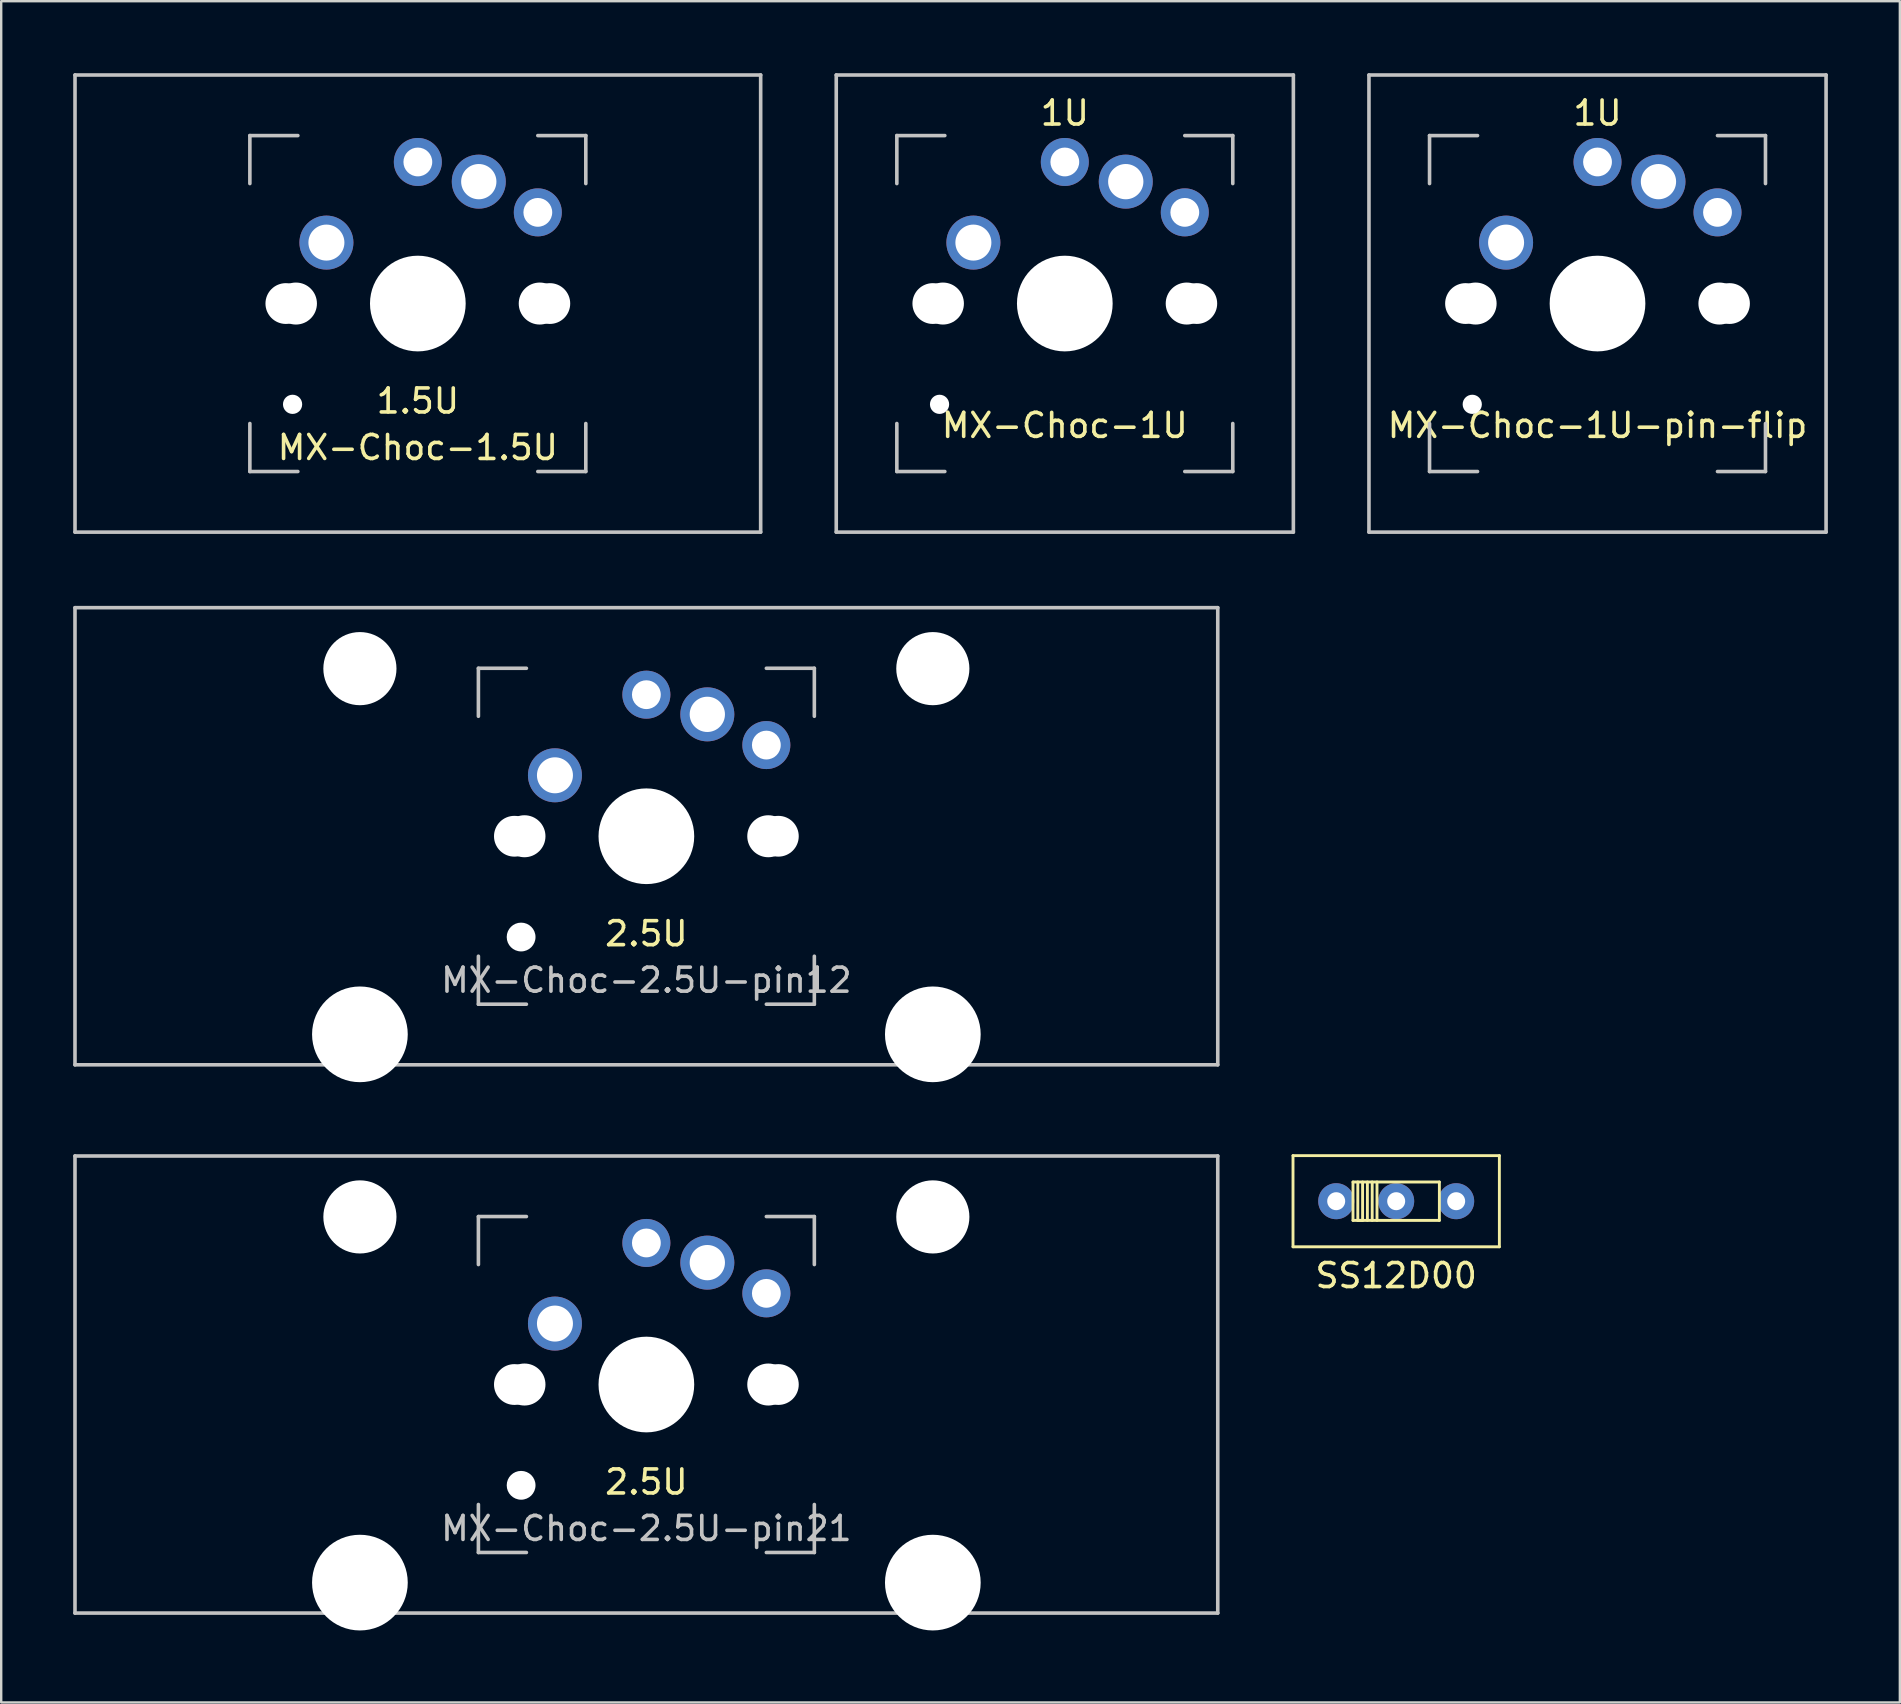
<source format=kicad_pcb>
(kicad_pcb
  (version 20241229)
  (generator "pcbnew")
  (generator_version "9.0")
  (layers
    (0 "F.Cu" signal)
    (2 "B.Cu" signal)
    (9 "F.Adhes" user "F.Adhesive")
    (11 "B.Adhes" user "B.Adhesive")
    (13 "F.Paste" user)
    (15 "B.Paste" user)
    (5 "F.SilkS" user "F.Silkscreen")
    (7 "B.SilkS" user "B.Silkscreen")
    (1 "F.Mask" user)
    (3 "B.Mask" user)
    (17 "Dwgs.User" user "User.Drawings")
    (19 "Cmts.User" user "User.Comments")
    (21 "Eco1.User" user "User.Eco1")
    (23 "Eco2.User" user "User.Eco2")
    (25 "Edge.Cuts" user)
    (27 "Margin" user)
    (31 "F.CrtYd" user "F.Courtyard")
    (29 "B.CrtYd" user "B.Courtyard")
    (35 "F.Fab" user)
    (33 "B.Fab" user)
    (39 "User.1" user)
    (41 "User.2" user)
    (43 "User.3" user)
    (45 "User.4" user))
  (footprint "SS12D00"
    (layer "F.Cu")
    (at 55.135 47.009)
    (property "Reference" "SS12D00" (at 0 3.1 0) (layer "F.SilkS") (effects (font (size 1 1) (thickness 0.15))))
    (attr through_hole)
    (fp_line (start -4.3 -1.9) (end -4.3 1.9) (stroke (width 0.12) (type solid)) (layer "F.SilkS"))
    (fp_line (start -4.3 1.9) (end 4.3 1.9) (stroke (width 0.12) (type solid)) (layer "F.SilkS"))
    (fp_line (start -1.8 -0.8) (end -1.8 0.8) (stroke (width 0.12) (type solid)) (layer "F.SilkS"))
    (fp_line (start -1.8 0.8) (end 1.8 0.8) (stroke (width 0.12) (type solid)) (layer "F.SilkS"))
    (fp_line (start -1.6 -0.8) (end -1.6 0.8) (stroke (width 0.12) (type solid)) (layer "F.SilkS"))
    (fp_line (start -1.6 0.8) (end -1.4 0.8) (stroke (width 0.12) (type solid)) (layer "F.SilkS"))
    (fp_line (start -1.4 0.8) (end -1.4 -0.8) (stroke (width 0.12) (type solid)) (layer "F.SilkS"))
    (fp_line (start -1.2 0.8) (end -1.2 -0.8) (stroke (width 0.12) (type solid)) (layer "F.SilkS"))
    (fp_line (start -1 0.8) (end -1 -0.8) (stroke (width 0.12) (type solid)) (layer "F.SilkS"))
    (fp_line (start -0.8 0.8) (end -0.8 -0.8) (stroke (width 0.12) (type solid)) (layer "F.SilkS"))
    (fp_line (start 1.8 -0.8) (end -1.8 -0.8) (stroke (width 0.12) (type solid)) (layer "F.SilkS"))
    (fp_line (start 1.8 0.8) (end 1.8 -0.8) (stroke (width 0.12) (type solid)) (layer "F.SilkS"))
    (fp_line (start 4.3 -1.9) (end -4.3 -1.9) (stroke (width 0.12) (type solid)) (layer "F.SilkS"))
    (fp_line (start 4.3 1.9) (end 4.3 -1.9) (stroke (width 0.12) (type solid)) (layer "F.SilkS"))
    (pad "1" thru_hole circle (at -2.5 0) (size 1.5 1.5) (drill 0.75) (layers "*.Cu" "*.Mask"))
    (pad "2" thru_hole circle (at 0 0) (size 1.5 1.5) (drill 0.75) (layers "*.Cu" "*.Mask"))
    (pad "3" thru_hole circle (at 2.5 0) (size 1.5 1.5) (drill 0.75) (layers "*.Cu" "*.Mask")))
  (footprint "MX-Choc-1.5U"
    (layer "F.Cu")
    (at 14.363 9.6)
    (property "Reference" "MX-Choc-1.5U" (at 0 6 0) (layer "F.SilkS") (effects (font (size 1 1) (thickness 0.15))))
    (property "Value" "1.5U" (at 0 4.062 0) (layer "B.SilkS") (hide yes) (effects (font (size 1 1) (thickness 0.15)) (justify mirror)))
    (attr through_hole)
    (fp_line (start -14.287 -9.525) (end 14.287 -9.525) (stroke (width 0.15) (type solid)) (layer "Dwgs.User"))
    (fp_line (start -14.287 9.525) (end -14.287 -9.525) (stroke (width 0.15) (type solid)) (layer "Dwgs.User"))
    (fp_line (start -7 -7) (end -7 -5) (stroke (width 0.15) (type solid)) (layer "Dwgs.User"))
    (fp_line (start -7 5) (end -7 7) (stroke (width 0.15) (type solid)) (layer "Dwgs.User"))
    (fp_line (start -7 7) (end -5 7) (stroke (width 0.15) (type solid)) (layer "Dwgs.User"))
    (fp_line (start -5 -7) (end -7 -7) (stroke (width 0.15) (type solid)) (layer "Dwgs.User"))
    (fp_line (start 5 -7) (end 7 -7) (stroke (width 0.15) (type solid)) (layer "Dwgs.User"))
    (fp_line (start 5 7) (end 7 7) (stroke (width 0.15) (type solid)) (layer "Dwgs.User"))
    (fp_line (start 7 -7) (end 7 -5) (stroke (width 0.15) (type solid)) (layer "Dwgs.User"))
    (fp_line (start 7 7) (end 7 5) (stroke (width 0.15) (type solid)) (layer "Dwgs.User"))
    (fp_line (start 14.287 -9.525) (end 14.287 9.525) (stroke (width 0.15) (type solid)) (layer "Dwgs.User"))
    (fp_line (start 14.287 9.525) (end -14.287 9.525) (stroke (width 0.15) (type solid)) (layer "Dwgs.User"))
    (fp_text user "${VALUE}" (at 0 4.062 0) (layer "F.SilkS") (effects (font (size 1 1) (thickness 0.15))))
    (pad "" np_thru_hole circle (at -5.5 0 48.1) (size 1.7 1.7) (drill 1.7) (layers "*.Cu" "*.Mask"))
    (pad "" np_thru_hole circle (at -5.22 4.2 48.1) (size 0.8 0.8) (drill 0.8) (layers "*.Cu" "*.Mask"))
    (pad "" np_thru_hole circle (at -5.08 0 48.1) (size 1.75 1.75) (drill 1.75) (layers "*.Cu" "*.Mask"))
    (pad "" np_thru_hole circle (at 0 0) (size 3.988 3.988) (drill 3.988) (layers "*.Cu" "*.Mask"))
    (pad "" np_thru_hole circle (at 5.08 0 48.1) (size 1.75 1.75) (drill 1.75) (layers "*.Cu" "*.Mask"))
    (pad "" np_thru_hole circle (at 5.5 0 48.1) (size 1.7 1.7) (drill 1.7) (layers "*.Cu" "*.Mask"))
    (pad "1" thru_hole circle (at 2.54 -5.08) (size 2.25 2.25) (drill 1.47) (layers "*.Cu" "*.Mask"))
    (pad "1" thru_hole circle (at 5 -3.8) (size 2 2) (drill 1.2) (layers "*.Cu" "*.Mask"))
    (pad "2" thru_hole circle (at -3.81 -2.54 48.1) (size 2.25 2.25) (drill 1.5) (layers "*.Cu" "*.Mask"))
    (pad "2" thru_hole circle (at 0 -5.9) (size 2 2) (drill 1.2) (layers "*.Cu" "*.Mask")))
  (footprint "MX-Choc-1U-pin-flip"
    (layer "F.Cu")
    (at 63.525 9.6)
    (property "Reference" "MX-Choc-1U-pin-flip" (at 0 5.08 0) (layer "F.SilkS") (effects (font (size 1 1) (thickness 0.15))))
    (property "Value" "1U" (at 0 -7.938 0) (layer "B.SilkS") (hide yes) (effects (font (size 1 1) (thickness 0.15)) (justify mirror)))
    (attr through_hole)
    (fp_line (start -9.525 -9.525) (end 9.525 -9.525) (stroke (width 0.15) (type solid)) (layer "Dwgs.User"))
    (fp_line (start -9.525 9.525) (end -9.525 -9.525) (stroke (width 0.15) (type solid)) (layer "Dwgs.User"))
    (fp_line (start -7 -7) (end -7 -5) (stroke (width 0.15) (type solid)) (layer "Dwgs.User"))
    (fp_line (start -7 5) (end -7 7) (stroke (width 0.15) (type solid)) (layer "Dwgs.User"))
    (fp_line (start -7 7) (end -5 7) (stroke (width 0.15) (type solid)) (layer "Dwgs.User"))
    (fp_line (start -5 -7) (end -7 -7) (stroke (width 0.15) (type solid)) (layer "Dwgs.User"))
    (fp_line (start 5 -7) (end 7 -7) (stroke (width 0.15) (type solid)) (layer "Dwgs.User"))
    (fp_line (start 5 7) (end 7 7) (stroke (width 0.15) (type solid)) (layer "Dwgs.User"))
    (fp_line (start 7 -7) (end 7 -5) (stroke (width 0.15) (type solid)) (layer "Dwgs.User"))
    (fp_line (start 7 7) (end 7 5) (stroke (width 0.15) (type solid)) (layer "Dwgs.User"))
    (fp_line (start 9.525 -9.525) (end 9.525 9.525) (stroke (width 0.15) (type solid)) (layer "Dwgs.User"))
    (fp_line (start 9.525 9.525) (end -9.525 9.525) (stroke (width 0.15) (type solid)) (layer "Dwgs.User"))
    (fp_text user "${VALUE}" (at 0 -7.938 0) (layer "F.SilkS") (effects (font (size 1 1) (thickness 0.15))))
    (pad "" np_thru_hole circle (at -5.5 0 48.1) (size 1.7 1.7) (drill 1.7) (layers "*.Cu" "*.Mask"))
    (pad "" np_thru_hole circle (at -5.22 4.2 48.1) (size 0.8 0.8) (drill 0.8) (layers "*.Cu" "*.Mask"))
    (pad "" np_thru_hole circle (at -5.08 0 48.1) (size 1.75 1.75) (drill 1.75) (layers "*.Cu" "*.Mask"))
    (pad "" np_thru_hole circle (at 0 0) (size 3.988 3.988) (drill 3.988) (layers "*.Cu" "*.Mask"))
    (pad "" np_thru_hole circle (at 5.08 0 48.1) (size 1.75 1.75) (drill 1.75) (layers "*.Cu" "*.Mask"))
    (pad "" np_thru_hole circle (at 5.5 0 48.1) (size 1.7 1.7) (drill 1.7) (layers "*.Cu" "*.Mask"))
    (pad "1" thru_hole circle (at -3.81 -2.54 48.1) (size 2.25 2.25) (drill 1.5) (layers "*.Cu" "*.Mask"))
    (pad "1" thru_hole circle (at 0 -5.9) (size 2 2) (drill 1.2) (layers "*.Cu" "*.Mask"))
    (pad "2" thru_hole circle (at 2.54 -5.08) (size 2.25 2.25) (drill 1.47) (layers "*.Cu" "*.Mask"))
    (pad "2" thru_hole circle (at 5 -3.8) (size 2 2) (drill 1.2) (layers "*.Cu" "*.Mask")))
  (footprint "MX-Choc-2.5U-pin12"
    (layer "F.Cu")
    (at 23.887 31.8)
    (property "Reference" "MX-Choc-2.5U-pin12" (at 0 6 0) (layer "Dwgs.User") (effects (font (size 1 1) (thickness 0.15))))
    (property "Value" "2.5U" (at 0 4.062 0) (layer "B.SilkS") (hide yes) (effects (font (size 1 1) (thickness 0.15)) (justify mirror)))
    (attr through_hole)
    (fp_line (start -23.812 -9.525) (end 23.812 -9.525) (stroke (width 0.15) (type solid)) (layer "Dwgs.User"))
    (fp_line (start -23.812 9.525) (end -23.812 -9.525) (stroke (width 0.15) (type solid)) (layer "Dwgs.User"))
    (fp_line (start -23.812 9.525) (end 23.812 9.525) (stroke (width 0.15) (type solid)) (layer "Dwgs.User"))
    (fp_line (start -7 -7) (end -7 -5) (stroke (width 0.15) (type solid)) (layer "Dwgs.User"))
    (fp_line (start -7 5) (end -7 7) (stroke (width 0.15) (type solid)) (layer "Dwgs.User"))
    (fp_line (start -7 7) (end -5 7) (stroke (width 0.15) (type solid)) (layer "Dwgs.User"))
    (fp_line (start -5 -7) (end -7 -7) (stroke (width 0.15) (type solid)) (layer "Dwgs.User"))
    (fp_line (start 5 -7) (end 7 -7) (stroke (width 0.15) (type solid)) (layer "Dwgs.User"))
    (fp_line (start 5 7) (end 7 7) (stroke (width 0.15) (type solid)) (layer "Dwgs.User"))
    (fp_line (start 7 -7) (end 7 -5) (stroke (width 0.15) (type solid)) (layer "Dwgs.User"))
    (fp_line (start 7 7) (end 7 5) (stroke (width 0.15) (type solid)) (layer "Dwgs.User"))
    (fp_line (start 23.812 -9.525) (end 23.812 9.525) (stroke (width 0.15) (type solid)) (layer "Dwgs.User"))
    (fp_text user "${VALUE}" (at 0 4.062 0) (layer "F.SilkS") (effects (font (size 1 1) (thickness 0.15))))
    (pad "" np_thru_hole circle (at -11.938 -6.985) (size 3.048 3.048) (drill 3.048) (layers "*.Cu" "*.Mask"))
    (pad "" np_thru_hole circle (at -11.938 8.255) (size 3.988 3.988) (drill 3.988) (layers "*.Cu" "*.Mask"))
    (pad "" np_thru_hole circle (at -5.5 0 48.1) (size 1.7 1.7) (drill 1.7) (layers "*.Cu" "*.Mask"))
    (pad "" np_thru_hole circle (at -5.22 4.2 48.1) (size 1.2 1.2) (drill 1.2) (layers "*.Cu" "*.Mask"))
    (pad "" np_thru_hole circle (at -5.08 0 48.1) (size 1.75 1.75) (drill 1.75) (layers "*.Cu" "*.Mask"))
    (pad "" np_thru_hole circle (at 0 0) (size 3.988 3.988) (drill 3.988) (layers "*.Cu" "*.Mask"))
    (pad "" np_thru_hole circle (at 5.08 0 48.1) (size 1.75 1.75) (drill 1.75) (layers "*.Cu" "*.Mask"))
    (pad "" np_thru_hole circle (at 5.5 0 48.1) (size 1.7 1.7) (drill 1.7) (layers "*.Cu" "*.Mask"))
    (pad "" np_thru_hole circle (at 11.938 -6.985) (size 3.048 3.048) (drill 3.048) (layers "*.Cu" "*.Mask"))
    (pad "" np_thru_hole circle (at 11.938 8.255) (size 3.988 3.988) (drill 3.988) (layers "*.Cu" "*.Mask"))
    (pad "1" thru_hole circle (at -3.81 -2.54 48.1) (size 2.25 2.25) (drill 1.5) (layers "*.Cu" "*.Mask"))
    (pad "1" thru_hole circle (at 0 -5.9) (size 2 2) (drill 1.2) (layers "*.Cu" "*.Mask"))
    (pad "2" thru_hole circle (at 2.54 -5.08) (size 2.25 2.25) (drill 1.47) (layers "*.Cu" "*.Mask"))
    (pad "2" thru_hole circle (at 5 -3.8) (size 2 2) (drill 1.2) (layers "*.Cu" "*.Mask")))
  (footprint "MX-Choc-1U"
    (layer "F.Cu")
    (at 41.325 9.6)
    (property "Reference" "MX-Choc-1U" (at 0 5.08 0) (layer "F.SilkS") (effects (font (size 1 1) (thickness 0.15))))
    (property "Value" "1U" (at 0 -7.938 0) (layer "B.SilkS") (hide yes) (effects (font (size 1 1) (thickness 0.15)) (justify mirror)))
    (attr through_hole)
    (fp_line (start -9.525 -9.525) (end 9.525 -9.525) (stroke (width 0.15) (type solid)) (layer "Dwgs.User"))
    (fp_line (start -9.525 9.525) (end -9.525 -9.525) (stroke (width 0.15) (type solid)) (layer "Dwgs.User"))
    (fp_line (start -7 -7) (end -7 -5) (stroke (width 0.15) (type solid)) (layer "Dwgs.User"))
    (fp_line (start -7 5) (end -7 7) (stroke (width 0.15) (type solid)) (layer "Dwgs.User"))
    (fp_line (start -7 7) (end -5 7) (stroke (width 0.15) (type solid)) (layer "Dwgs.User"))
    (fp_line (start -5 -7) (end -7 -7) (stroke (width 0.15) (type solid)) (layer "Dwgs.User"))
    (fp_line (start 5 -7) (end 7 -7) (stroke (width 0.15) (type solid)) (layer "Dwgs.User"))
    (fp_line (start 5 7) (end 7 7) (stroke (width 0.15) (type solid)) (layer "Dwgs.User"))
    (fp_line (start 7 -7) (end 7 -5) (stroke (width 0.15) (type solid)) (layer "Dwgs.User"))
    (fp_line (start 7 7) (end 7 5) (stroke (width 0.15) (type solid)) (layer "Dwgs.User"))
    (fp_line (start 9.525 -9.525) (end 9.525 9.525) (stroke (width 0.15) (type solid)) (layer "Dwgs.User"))
    (fp_line (start 9.525 9.525) (end -9.525 9.525) (stroke (width 0.15) (type solid)) (layer "Dwgs.User"))
    (fp_text user "${VALUE}" (at 0 -7.938 0) (layer "F.SilkS") (effects (font (size 1 1) (thickness 0.15))))
    (pad "" np_thru_hole circle (at -5.5 0 48.1) (size 1.7 1.7) (drill 1.7) (layers "*.Cu" "*.Mask"))
    (pad "" np_thru_hole circle (at -5.22 4.2 48.1) (size 0.8 0.8) (drill 0.8) (layers "*.Cu" "*.Mask"))
    (pad "" np_thru_hole circle (at -5.08 0 48.1) (size 1.75 1.75) (drill 1.75) (layers "*.Cu" "*.Mask"))
    (pad "" np_thru_hole circle (at 0 0) (size 3.988 3.988) (drill 3.988) (layers "*.Cu" "*.Mask"))
    (pad "" np_thru_hole circle (at 5.08 0 48.1) (size 1.75 1.75) (drill 1.75) (layers "*.Cu" "*.Mask"))
    (pad "" np_thru_hole circle (at 5.5 0 48.1) (size 1.7 1.7) (drill 1.7) (layers "*.Cu" "*.Mask"))
    (pad "1" thru_hole circle (at 2.54 -5.08) (size 2.25 2.25) (drill 1.47) (layers "*.Cu" "*.Mask"))
    (pad "1" thru_hole circle (at 5 -3.8) (size 2 2) (drill 1.2) (layers "*.Cu" "*.Mask"))
    (pad "2" thru_hole circle (at -3.81 -2.54 48.1) (size 2.25 2.25) (drill 1.5) (layers "*.Cu" "*.Mask"))
    (pad "2" thru_hole circle (at 0 -5.9) (size 2 2) (drill 1.2) (layers "*.Cu" "*.Mask")))
  (footprint "MX-Choc-2.5U-pin21"
    (layer "F.Cu")
    (at 23.887 54.649)
    (property "Reference" "MX-Choc-2.5U-pin21" (at 0 6 0) (layer "Dwgs.User") (effects (font (size 1 1) (thickness 0.15))))
    (property "Value" "2.5U" (at 0 4.062 0) (layer "B.SilkS") (hide yes) (effects (font (size 1 1) (thickness 0.15)) (justify mirror)))
    (attr through_hole)
    (fp_line (start -23.812 -9.525) (end 23.812 -9.525) (stroke (width 0.15) (type solid)) (layer "Dwgs.User"))
    (fp_line (start -23.812 9.525) (end -23.812 -9.525) (stroke (width 0.15) (type solid)) (layer "Dwgs.User"))
    (fp_line (start -23.812 9.525) (end 23.812 9.525) (stroke (width 0.15) (type solid)) (layer "Dwgs.User"))
    (fp_line (start -7 -7) (end -7 -5) (stroke (width 0.15) (type solid)) (layer "Dwgs.User"))
    (fp_line (start -7 5) (end -7 7) (stroke (width 0.15) (type solid)) (layer "Dwgs.User"))
    (fp_line (start -7 7) (end -5 7) (stroke (width 0.15) (type solid)) (layer "Dwgs.User"))
    (fp_line (start -5 -7) (end -7 -7) (stroke (width 0.15) (type solid)) (layer "Dwgs.User"))
    (fp_line (start 5 -7) (end 7 -7) (stroke (width 0.15) (type solid)) (layer "Dwgs.User"))
    (fp_line (start 5 7) (end 7 7) (stroke (width 0.15) (type solid)) (layer "Dwgs.User"))
    (fp_line (start 7 -7) (end 7 -5) (stroke (width 0.15) (type solid)) (layer "Dwgs.User"))
    (fp_line (start 7 7) (end 7 5) (stroke (width 0.15) (type solid)) (layer "Dwgs.User"))
    (fp_line (start 23.812 -9.525) (end 23.812 9.525) (stroke (width 0.15) (type solid)) (layer "Dwgs.User"))
    (fp_text user "${VALUE}" (at 0 4.062 0) (layer "F.SilkS") (effects (font (size 1 1) (thickness 0.15))))
    (pad "" np_thru_hole circle (at -11.938 -6.985) (size 3.048 3.048) (drill 3.048) (layers "*.Cu" "*.Mask"))
    (pad "" np_thru_hole circle (at -11.938 8.255) (size 3.988 3.988) (drill 3.988) (layers "*.Cu" "*.Mask"))
    (pad "" np_thru_hole circle (at -5.5 0 48.1) (size 1.7 1.7) (drill 1.7) (layers "*.Cu" "*.Mask"))
    (pad "" np_thru_hole circle (at -5.22 4.2 48.1) (size 1.2 1.2) (drill 1.2) (layers "*.Cu" "*.Mask"))
    (pad "" np_thru_hole circle (at -5.08 0 48.1) (size 1.75 1.75) (drill 1.75) (layers "*.Cu" "*.Mask"))
    (pad "" np_thru_hole circle (at 0 0) (size 3.988 3.988) (drill 3.988) (layers "*.Cu" "*.Mask"))
    (pad "" np_thru_hole circle (at 5.08 0 48.1) (size 1.75 1.75) (drill 1.75) (layers "*.Cu" "*.Mask"))
    (pad "" np_thru_hole circle (at 5.5 0 48.1) (size 1.7 1.7) (drill 1.7) (layers "*.Cu" "*.Mask"))
    (pad "" np_thru_hole circle (at 11.938 -6.985) (size 3.048 3.048) (drill 3.048) (layers "*.Cu" "*.Mask"))
    (pad "" np_thru_hole circle (at 11.938 8.255) (size 3.988 3.988) (drill 3.988) (layers "*.Cu" "*.Mask"))
    (pad "1" thru_hole circle (at 2.54 -5.08) (size 2.25 2.25) (drill 1.47) (layers "*.Cu" "*.Mask"))
    (pad "1" thru_hole circle (at 5 -3.8) (size 2 2) (drill 1.2) (layers "*.Cu" "*.Mask"))
    (pad "2" thru_hole circle (at -3.81 -2.54 48.1) (size 2.25 2.25) (drill 1.5) (layers "*.Cu" "*.Mask"))
    (pad "2" thru_hole circle (at 0 -5.9) (size 2 2) (drill 1.2) (layers "*.Cu" "*.Mask")))
  (gr_rect
    (start -3 -3)
    (end 76.125 67.898)
    (stroke (width 0.1) (type default))
    (fill no)
    (layer "Edge.Cuts")))
</source>
